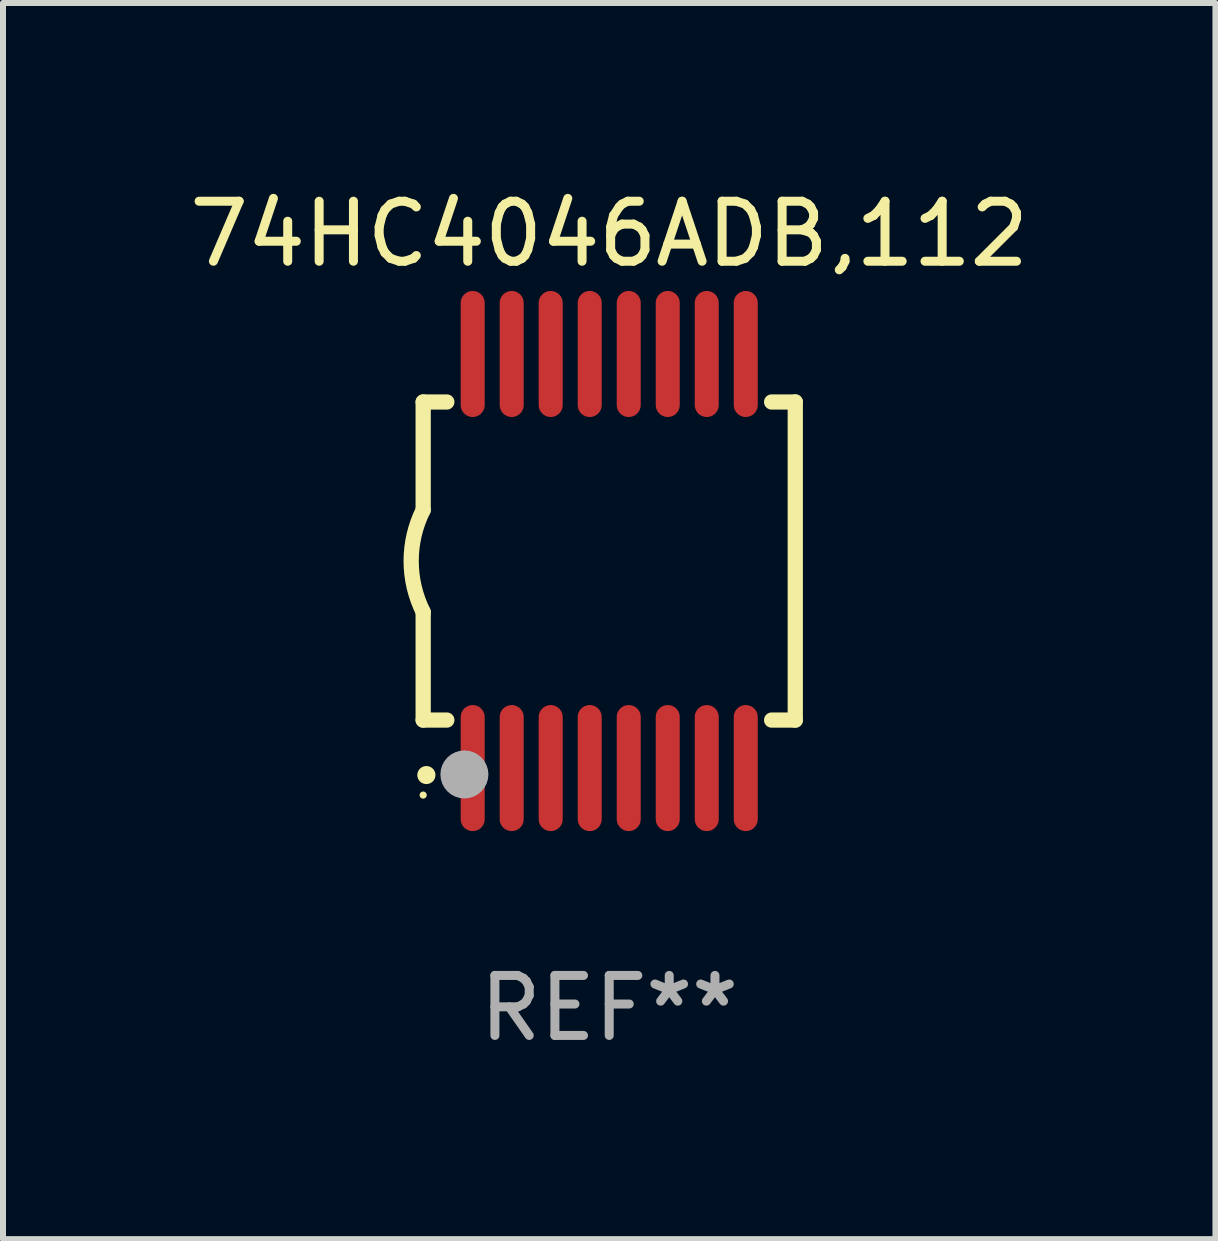
<source format=kicad_pcb>
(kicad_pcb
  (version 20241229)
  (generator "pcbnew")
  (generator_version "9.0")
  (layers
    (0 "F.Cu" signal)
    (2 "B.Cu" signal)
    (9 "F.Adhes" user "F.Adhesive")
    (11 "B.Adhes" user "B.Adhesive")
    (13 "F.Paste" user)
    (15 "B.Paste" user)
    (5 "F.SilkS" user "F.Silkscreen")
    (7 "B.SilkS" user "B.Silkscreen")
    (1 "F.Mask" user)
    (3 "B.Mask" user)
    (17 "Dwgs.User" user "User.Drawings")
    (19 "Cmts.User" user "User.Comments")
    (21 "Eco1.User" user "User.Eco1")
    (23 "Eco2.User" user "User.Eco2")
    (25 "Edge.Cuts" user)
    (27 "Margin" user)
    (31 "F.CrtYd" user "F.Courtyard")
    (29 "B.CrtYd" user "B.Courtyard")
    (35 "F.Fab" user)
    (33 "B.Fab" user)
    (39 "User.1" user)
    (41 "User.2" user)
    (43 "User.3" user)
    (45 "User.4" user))
  (footprint "74HC4046ADB,112"
    (layer "F.Cu")
    (at 7.101 6.298)
    (property "Reference" "74HC4046ADB,112" (at 0 -5.45 0) (layer "F.SilkS") (effects (font (size 1 1) (thickness 0.15))))
    (attr through_hole)
    (fp_line (start -3.1 -2.65) (end -3.1 -0.85) (stroke (width 0.254) (type solid)) (layer "F.SilkS"))
    (fp_line (start -3.1 -2.65) (end -2.706 -2.65) (stroke (width 0.254) (type solid)) (layer "F.SilkS"))
    (fp_line (start -3.1 2.65) (end -3.1 0.85) (stroke (width 0.254) (type solid)) (layer "F.SilkS"))
    (fp_line (start -3.1 2.65) (end -2.706 2.65) (stroke (width 0.254) (type solid)) (layer "F.SilkS"))
    (fp_line (start 2.706 -2.65) (end 3.1 -2.65) (stroke (width 0.254) (type solid)) (layer "F.SilkS"))
    (fp_line (start 2.706 2.65) (end 3.1 2.65) (stroke (width 0.254) (type solid)) (layer "F.SilkS"))
    (fp_line (start 3.1 -2.65) (end 3.1 2.65) (stroke (width 0.254) (type solid)) (layer "F.SilkS"))
    (fp_arc (start -3.098907 0.850902) (mid -3.300057 0.000523) (end -3.1 -0.850114) (stroke (width 0.254001) (type solid)) (layer "F.SilkS"))
    (fp_arc (start -3.048006 3.566066) (mid -3.046736 3.566061) (end -3.045466 3.566066) (stroke (width 0.3) (type solid)) (layer "F.SilkS"))
    (fp_circle (center -3.1 3.9) (end -3.07 3.9) (stroke (width 0.06) (type solid)) (fill no) (layer "F.SilkS"))
    (fp_circle (center -2.413 3.556) (end -2.213 3.556) (stroke (width 0.4) (type solid)) (fill no) (layer "F.Fab"))
    (fp_text user "REF**" (at 0 7.45 0) (layer "F.Fab") (effects (font (size 1 1) (thickness 0.15))))
    (pad "1" smd oval (at -2.275 3.45 180) (size 0.4 2.1) (layers "F.Cu" "F.Mask" "F.Paste"))
    (pad "2" smd oval (at -1.625 3.45 180) (size 0.4 2.1) (layers "F.Cu" "F.Mask" "F.Paste"))
    (pad "3" smd oval (at -0.975 3.45 180) (size 0.4 2.1) (layers "F.Cu" "F.Mask" "F.Paste"))
    (pad "4" smd oval (at -0.325 3.45 180) (size 0.4 2.1) (layers "F.Cu" "F.Mask" "F.Paste"))
    (pad "5" smd oval (at 0.325 3.45 180) (size 0.4 2.1) (layers "F.Cu" "F.Mask" "F.Paste"))
    (pad "6" smd oval (at 0.975 3.45 180) (size 0.4 2.1) (layers "F.Cu" "F.Mask" "F.Paste"))
    (pad "7" smd oval (at 1.625 3.45 180) (size 0.4 2.1) (layers "F.Cu" "F.Mask" "F.Paste"))
    (pad "8" smd oval (at 2.275 3.45 180) (size 0.4 2.1) (layers "F.Cu" "F.Mask" "F.Paste"))
    (pad "9" smd oval (at 2.275 -3.45 180) (size 0.4 2.1) (layers "F.Cu" "F.Mask" "F.Paste"))
    (pad "10" smd oval (at 1.625 -3.45 180) (size 0.4 2.1) (layers "F.Cu" "F.Mask" "F.Paste"))
    (pad "11" smd oval (at 0.975 -3.45 180) (size 0.4 2.1) (layers "F.Cu" "F.Mask" "F.Paste"))
    (pad "12" smd oval (at 0.325 -3.45 180) (size 0.4 2.1) (layers "F.Cu" "F.Mask" "F.Paste"))
    (pad "13" smd oval (at -0.325 -3.45 180) (size 0.4 2.1) (layers "F.Cu" "F.Mask" "F.Paste"))
    (pad "14" smd oval (at -0.975 -3.45 180) (size 0.4 2.1) (layers "F.Cu" "F.Mask" "F.Paste"))
    (pad "15" smd oval (at -1.625 -3.45 180) (size 0.4 2.1) (layers "F.Cu" "F.Mask" "F.Paste"))
    (pad "16" smd oval (at -2.275 -3.45 180) (size 0.4 2.1) (layers "F.Cu" "F.Mask" "F.Paste")))
  (gr_rect
    (start -3 -3)
    (end 17.202 17.597)
    (stroke (width 0.1) (type default))
    (fill no)
    (layer "Edge.Cuts")))
</source>
